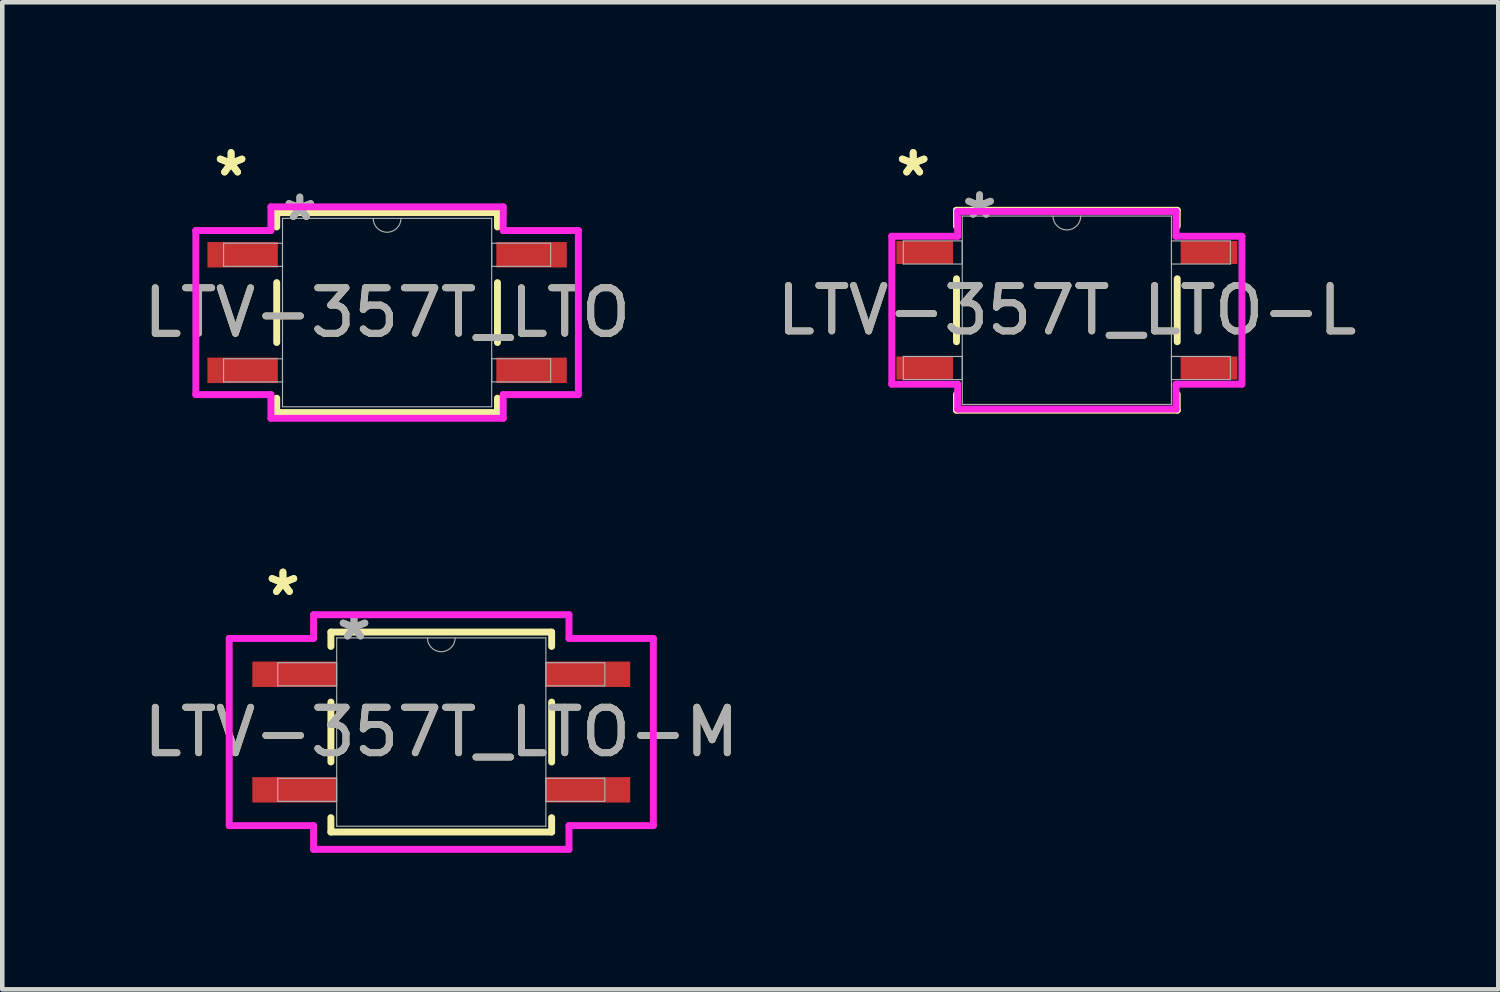
<source format=kicad_pcb>
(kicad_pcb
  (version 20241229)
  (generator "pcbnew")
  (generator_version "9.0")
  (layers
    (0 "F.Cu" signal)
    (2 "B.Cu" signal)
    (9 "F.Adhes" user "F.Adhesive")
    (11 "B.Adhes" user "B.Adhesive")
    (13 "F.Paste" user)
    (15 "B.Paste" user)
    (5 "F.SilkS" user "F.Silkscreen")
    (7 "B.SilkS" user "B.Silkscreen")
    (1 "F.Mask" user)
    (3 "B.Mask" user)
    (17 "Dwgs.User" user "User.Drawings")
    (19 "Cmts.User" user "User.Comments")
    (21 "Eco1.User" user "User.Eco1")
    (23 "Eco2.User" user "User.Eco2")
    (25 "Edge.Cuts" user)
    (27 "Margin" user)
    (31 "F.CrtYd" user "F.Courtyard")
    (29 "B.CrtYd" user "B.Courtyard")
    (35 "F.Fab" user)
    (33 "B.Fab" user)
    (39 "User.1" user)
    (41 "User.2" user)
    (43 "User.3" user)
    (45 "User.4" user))
  (footprint "LTV-357T_LTO-L"
    (layer "F.Cu")
    (at 20.399 3.769)
    (property "Reference" "LTV-357T_LTO-L" (at 0 0 0) (unlocked yes) (layer "F.SilkS") (effects (font (size 1 1) (thickness 0.15))))
    (attr smd)
    (fp_line (start -2.426 -2.197) (end -2.426 -1.848) (stroke (width 0.152) (type solid)) (layer "F.SilkS"))
    (fp_line (start -2.426 -0.692) (end -2.426 0.692) (stroke (width 0.152) (type solid)) (layer "F.SilkS"))
    (fp_line (start -2.426 1.848) (end -2.426 2.197) (stroke (width 0.152) (type solid)) (layer "F.SilkS"))
    (fp_line (start -2.426 2.197) (end 2.426 2.197) (stroke (width 0.152) (type solid)) (layer "F.SilkS"))
    (fp_line (start 2.426 -2.197) (end -2.426 -2.197) (stroke (width 0.152) (type solid)) (layer "F.SilkS"))
    (fp_line (start 2.426 -1.848) (end 2.426 -2.197) (stroke (width 0.152) (type solid)) (layer "F.SilkS"))
    (fp_line (start 2.426 0.692) (end 2.426 -0.692) (stroke (width 0.152) (type solid)) (layer "F.SilkS"))
    (fp_line (start 2.426 2.197) (end 2.426 1.848) (stroke (width 0.152) (type solid)) (layer "F.SilkS"))
    (fp_line (start -3.848 -1.626) (end -2.4 -1.626) (stroke (width 0.152) (type solid)) (layer "F.CrtYd"))
    (fp_line (start -3.848 1.626) (end -3.848 -1.626) (stroke (width 0.152) (type solid)) (layer "F.CrtYd"))
    (fp_line (start -3.848 1.626) (end -2.4 1.626) (stroke (width 0.152) (type solid)) (layer "F.CrtYd"))
    (fp_line (start -2.4 -2.172) (end 2.4 -2.172) (stroke (width 0.152) (type solid)) (layer "F.CrtYd"))
    (fp_line (start -2.4 -1.626) (end -2.4 -2.172) (stroke (width 0.152) (type solid)) (layer "F.CrtYd"))
    (fp_line (start -2.4 2.172) (end -2.4 1.626) (stroke (width 0.152) (type solid)) (layer "F.CrtYd"))
    (fp_line (start 2.4 -2.172) (end 2.4 -1.626) (stroke (width 0.152) (type solid)) (layer "F.CrtYd"))
    (fp_line (start 2.4 1.626) (end 2.4 2.172) (stroke (width 0.152) (type solid)) (layer "F.CrtYd"))
    (fp_line (start 2.4 2.172) (end -2.4 2.172) (stroke (width 0.152) (type solid)) (layer "F.CrtYd"))
    (fp_line (start 3.848 -1.626) (end 2.4 -1.626) (stroke (width 0.152) (type solid)) (layer "F.CrtYd"))
    (fp_line (start 3.848 -1.626) (end 3.848 1.626) (stroke (width 0.152) (type solid)) (layer "F.CrtYd"))
    (fp_line (start 3.848 1.626) (end 2.4 1.626) (stroke (width 0.152) (type solid)) (layer "F.CrtYd"))
    (fp_line (start -3.594 -1.524) (end -3.594 -1.016) (stroke (width 0.025) (type solid)) (layer "F.Fab"))
    (fp_line (start -3.594 -1.016) (end -2.299 -1.016) (stroke (width 0.025) (type solid)) (layer "F.Fab"))
    (fp_line (start -3.594 1.016) (end -3.594 1.524) (stroke (width 0.025) (type solid)) (layer "F.Fab"))
    (fp_line (start -3.594 1.524) (end -2.299 1.524) (stroke (width 0.025) (type solid)) (layer "F.Fab"))
    (fp_line (start -2.299 -2.07) (end -2.299 2.07) (stroke (width 0.025) (type solid)) (layer "F.Fab"))
    (fp_line (start -2.299 -1.524) (end -3.594 -1.524) (stroke (width 0.025) (type solid)) (layer "F.Fab"))
    (fp_line (start -2.299 -1.016) (end -2.299 -1.524) (stroke (width 0.025) (type solid)) (layer "F.Fab"))
    (fp_line (start -2.299 1.016) (end -3.594 1.016) (stroke (width 0.025) (type solid)) (layer "F.Fab"))
    (fp_line (start -2.299 1.524) (end -2.299 1.016) (stroke (width 0.025) (type solid)) (layer "F.Fab"))
    (fp_line (start -2.299 2.07) (end 2.299 2.07) (stroke (width 0.025) (type solid)) (layer "F.Fab"))
    (fp_line (start 2.299 -2.07) (end -2.299 -2.07) (stroke (width 0.025) (type solid)) (layer "F.Fab"))
    (fp_line (start 2.299 -1.524) (end 2.299 -1.016) (stroke (width 0.025) (type solid)) (layer "F.Fab"))
    (fp_line (start 2.299 -1.016) (end 3.594 -1.016) (stroke (width 0.025) (type solid)) (layer "F.Fab"))
    (fp_line (start 2.299 1.016) (end 2.299 1.524) (stroke (width 0.025) (type solid)) (layer "F.Fab"))
    (fp_line (start 2.299 1.524) (end 3.594 1.524) (stroke (width 0.025) (type solid)) (layer "F.Fab"))
    (fp_line (start 2.299 2.07) (end 2.299 -2.07) (stroke (width 0.025) (type solid)) (layer "F.Fab"))
    (fp_line (start 3.594 -1.524) (end 2.299 -1.524) (stroke (width 0.025) (type solid)) (layer "F.Fab"))
    (fp_line (start 3.594 -1.016) (end 3.594 -1.524) (stroke (width 0.025) (type solid)) (layer "F.Fab"))
    (fp_line (start 3.594 1.016) (end 2.299 1.016) (stroke (width 0.025) (type solid)) (layer "F.Fab"))
    (fp_line (start 3.594 1.524) (end 3.594 1.016) (stroke (width 0.025) (type solid)) (layer "F.Fab"))
    (fp_arc (start 0.3048 -2.0701) (mid 0 -1.7653) (end -0.3048 -2.0701) (stroke (width 0.0254) (type solid)) (layer "F.Fab"))
    (fp_text user "*" (at -3.378 -2.921 0) (layer "F.SilkS") (effects (font (size 1 1) (thickness 0.15))))
    (fp_text user "*" (at -3.378 -2.921 0) (unlocked yes) (layer "F.SilkS") (effects (font (size 1 1) (thickness 0.15))))
    (fp_text user "*" (at -1.918 -1.994 0) (layer "F.Fab") (effects (font (size 1 1) (thickness 0.15))))
    (fp_text user "*" (at -1.918 -1.994 0) (unlocked yes) (layer "F.Fab") (effects (font (size 1 1) (thickness 0.15))))
    (fp_text user "${REFERENCE}" (at 0 0 0) (unlocked yes) (layer "F.Fab") (effects (font (size 1 1) (thickness 0.15))))
    (pad "1" smd rect (at -3.124 -1.27) (size 1.245 0.508) (layers "F.Cu" "F.Mask" "F.Paste"))
    (pad "2" smd rect (at -3.124 1.27) (size 1.245 0.508) (layers "F.Cu" "F.Mask" "F.Paste"))
    (pad "3" smd rect (at 3.124 1.27) (size 1.245 0.508) (layers "F.Cu" "F.Mask" "F.Paste"))
    (pad "4" smd rect (at 3.124 -1.27) (size 1.245 0.508) (layers "F.Cu" "F.Mask" "F.Paste")))
  (footprint "LTV-357T_LTO-M"
    (layer "F.Cu")
    (at 6.649 13.04)
    (property "Reference" "LTV-357T_LTO-M" (at 0 0 0) (unlocked yes) (layer "F.SilkS") (effects (font (size 1 1) (thickness 0.15))))
    (attr smd)
    (fp_line (start -2.426 -2.197) (end -2.426 -1.882) (stroke (width 0.152) (type solid)) (layer "F.SilkS"))
    (fp_line (start -2.426 -0.658) (end -2.426 0.658) (stroke (width 0.152) (type solid)) (layer "F.SilkS"))
    (fp_line (start -2.426 1.882) (end -2.426 2.197) (stroke (width 0.152) (type solid)) (layer "F.SilkS"))
    (fp_line (start -2.426 2.197) (end 2.426 2.197) (stroke (width 0.152) (type solid)) (layer "F.SilkS"))
    (fp_line (start 2.426 -2.197) (end -2.426 -2.197) (stroke (width 0.152) (type solid)) (layer "F.SilkS"))
    (fp_line (start 2.426 -1.882) (end 2.426 -2.197) (stroke (width 0.152) (type solid)) (layer "F.SilkS"))
    (fp_line (start 2.426 0.658) (end 2.426 -0.658) (stroke (width 0.152) (type solid)) (layer "F.SilkS"))
    (fp_line (start 2.426 2.197) (end 2.426 1.882) (stroke (width 0.152) (type solid)) (layer "F.SilkS"))
    (fp_line (start -4.661 -2.057) (end -2.807 -2.057) (stroke (width 0.152) (type solid)) (layer "F.CrtYd"))
    (fp_line (start -4.661 2.057) (end -4.661 -2.057) (stroke (width 0.152) (type solid)) (layer "F.CrtYd"))
    (fp_line (start -4.661 2.057) (end -2.807 2.057) (stroke (width 0.152) (type solid)) (layer "F.CrtYd"))
    (fp_line (start -2.807 -2.578) (end 2.807 -2.578) (stroke (width 0.152) (type solid)) (layer "F.CrtYd"))
    (fp_line (start -2.807 -2.057) (end -2.807 -2.578) (stroke (width 0.152) (type solid)) (layer "F.CrtYd"))
    (fp_line (start -2.807 2.578) (end -2.807 2.057) (stroke (width 0.152) (type solid)) (layer "F.CrtYd"))
    (fp_line (start 2.807 -2.578) (end 2.807 -2.057) (stroke (width 0.152) (type solid)) (layer "F.CrtYd"))
    (fp_line (start 2.807 2.057) (end 2.807 2.578) (stroke (width 0.152) (type solid)) (layer "F.CrtYd"))
    (fp_line (start 2.807 2.578) (end -2.807 2.578) (stroke (width 0.152) (type solid)) (layer "F.CrtYd"))
    (fp_line (start 4.661 -2.057) (end 2.807 -2.057) (stroke (width 0.152) (type solid)) (layer "F.CrtYd"))
    (fp_line (start 4.661 -2.057) (end 4.661 2.057) (stroke (width 0.152) (type solid)) (layer "F.CrtYd"))
    (fp_line (start 4.661 2.057) (end 2.807 2.057) (stroke (width 0.152) (type solid)) (layer "F.CrtYd"))
    (fp_line (start -3.594 -1.524) (end -3.594 -1.016) (stroke (width 0.025) (type solid)) (layer "F.Fab"))
    (fp_line (start -3.594 -1.016) (end -2.299 -1.016) (stroke (width 0.025) (type solid)) (layer "F.Fab"))
    (fp_line (start -3.594 1.016) (end -3.594 1.524) (stroke (width 0.025) (type solid)) (layer "F.Fab"))
    (fp_line (start -3.594 1.524) (end -2.299 1.524) (stroke (width 0.025) (type solid)) (layer "F.Fab"))
    (fp_line (start -2.299 -2.07) (end -2.299 2.07) (stroke (width 0.025) (type solid)) (layer "F.Fab"))
    (fp_line (start -2.299 -1.524) (end -3.594 -1.524) (stroke (width 0.025) (type solid)) (layer "F.Fab"))
    (fp_line (start -2.299 -1.016) (end -2.299 -1.524) (stroke (width 0.025) (type solid)) (layer "F.Fab"))
    (fp_line (start -2.299 1.016) (end -3.594 1.016) (stroke (width 0.025) (type solid)) (layer "F.Fab"))
    (fp_line (start -2.299 1.524) (end -2.299 1.016) (stroke (width 0.025) (type solid)) (layer "F.Fab"))
    (fp_line (start -2.299 2.07) (end 2.299 2.07) (stroke (width 0.025) (type solid)) (layer "F.Fab"))
    (fp_line (start 2.299 -2.07) (end -2.299 -2.07) (stroke (width 0.025) (type solid)) (layer "F.Fab"))
    (fp_line (start 2.299 -1.524) (end 2.299 -1.016) (stroke (width 0.025) (type solid)) (layer "F.Fab"))
    (fp_line (start 2.299 -1.016) (end 3.594 -1.016) (stroke (width 0.025) (type solid)) (layer "F.Fab"))
    (fp_line (start 2.299 1.016) (end 2.299 1.524) (stroke (width 0.025) (type solid)) (layer "F.Fab"))
    (fp_line (start 2.299 1.524) (end 3.594 1.524) (stroke (width 0.025) (type solid)) (layer "F.Fab"))
    (fp_line (start 2.299 2.07) (end 2.299 -2.07) (stroke (width 0.025) (type solid)) (layer "F.Fab"))
    (fp_line (start 3.594 -1.524) (end 2.299 -1.524) (stroke (width 0.025) (type solid)) (layer "F.Fab"))
    (fp_line (start 3.594 -1.016) (end 3.594 -1.524) (stroke (width 0.025) (type solid)) (layer "F.Fab"))
    (fp_line (start 3.594 1.016) (end 2.299 1.016) (stroke (width 0.025) (type solid)) (layer "F.Fab"))
    (fp_line (start 3.594 1.524) (end 3.594 1.016) (stroke (width 0.025) (type solid)) (layer "F.Fab"))
    (fp_arc (start 0.3048 -2.0701) (mid 0 -1.7653) (end -0.3048 -2.0701) (stroke (width 0.0254) (type solid)) (layer "F.Fab"))
    (fp_text user "*" (at -3.48 -2.972 0) (layer "F.SilkS") (effects (font (size 1 1) (thickness 0.15))))
    (fp_text user "*" (at -3.48 -2.972 0) (unlocked yes) (layer "F.SilkS") (effects (font (size 1 1) (thickness 0.15))))
    (fp_text user "*" (at -1.918 -1.994 0) (layer "F.Fab") (effects (font (size 1 1) (thickness 0.15))))
    (fp_text user "${REFERENCE}" (at 0 0 0) (unlocked yes) (layer "F.Fab") (effects (font (size 1 1) (thickness 0.15))))
    (fp_text user "*" (at -1.918 -1.994 0) (unlocked yes) (layer "F.Fab") (effects (font (size 1 1) (thickness 0.15))))
    (pad "1" smd rect (at -3.226 -1.27) (size 1.854 0.559) (layers "F.Cu" "F.Mask" "F.Paste"))
    (pad "2" smd rect (at -3.226 1.27) (size 1.854 0.559) (layers "F.Cu" "F.Mask" "F.Paste"))
    (pad "3" smd rect (at 3.226 1.27) (size 1.854 0.559) (layers "F.Cu" "F.Mask" "F.Paste"))
    (pad "4" smd rect (at 3.226 -1.27) (size 1.854 0.559) (layers "F.Cu" "F.Mask" "F.Paste")))
  (footprint "LTV-357T_LTO"
    (layer "F.Cu")
    (at 5.458 3.82)
    (property "Reference" "LTV-357T_LTO" (at 0 0 0) (unlocked yes) (layer "F.SilkS") (effects (font (size 1 1) (thickness 0.15))))
    (attr smd)
    (fp_line (start -2.426 -2.197) (end -2.426 -1.882) (stroke (width 0.152) (type solid)) (layer "F.SilkS"))
    (fp_line (start -2.426 -0.658) (end -2.426 0.658) (stroke (width 0.152) (type solid)) (layer "F.SilkS"))
    (fp_line (start -2.426 1.882) (end -2.426 2.197) (stroke (width 0.152) (type solid)) (layer "F.SilkS"))
    (fp_line (start -2.426 2.197) (end 2.426 2.197) (stroke (width 0.152) (type solid)) (layer "F.SilkS"))
    (fp_line (start 2.426 -2.197) (end -2.426 -2.197) (stroke (width 0.152) (type solid)) (layer "F.SilkS"))
    (fp_line (start 2.426 -1.882) (end 2.426 -2.197) (stroke (width 0.152) (type solid)) (layer "F.SilkS"))
    (fp_line (start 2.426 0.658) (end 2.426 -0.658) (stroke (width 0.152) (type solid)) (layer "F.SilkS"))
    (fp_line (start 2.426 2.197) (end 2.426 1.882) (stroke (width 0.152) (type solid)) (layer "F.SilkS"))
    (fp_line (start -4.204 -1.803) (end -2.553 -1.803) (stroke (width 0.152) (type solid)) (layer "F.CrtYd"))
    (fp_line (start -4.204 1.803) (end -4.204 -1.803) (stroke (width 0.152) (type solid)) (layer "F.CrtYd"))
    (fp_line (start -4.204 1.803) (end -2.553 1.803) (stroke (width 0.152) (type solid)) (layer "F.CrtYd"))
    (fp_line (start -2.553 -2.324) (end 2.553 -2.324) (stroke (width 0.152) (type solid)) (layer "F.CrtYd"))
    (fp_line (start -2.553 -1.803) (end -2.553 -2.324) (stroke (width 0.152) (type solid)) (layer "F.CrtYd"))
    (fp_line (start -2.553 2.324) (end -2.553 1.803) (stroke (width 0.152) (type solid)) (layer "F.CrtYd"))
    (fp_line (start 2.553 -2.324) (end 2.553 -1.803) (stroke (width 0.152) (type solid)) (layer "F.CrtYd"))
    (fp_line (start 2.553 1.803) (end 2.553 2.324) (stroke (width 0.152) (type solid)) (layer "F.CrtYd"))
    (fp_line (start 2.553 2.324) (end -2.553 2.324) (stroke (width 0.152) (type solid)) (layer "F.CrtYd"))
    (fp_line (start 4.204 -1.803) (end 2.553 -1.803) (stroke (width 0.152) (type solid)) (layer "F.CrtYd"))
    (fp_line (start 4.204 -1.803) (end 4.204 1.803) (stroke (width 0.152) (type solid)) (layer "F.CrtYd"))
    (fp_line (start 4.204 1.803) (end 2.553 1.803) (stroke (width 0.152) (type solid)) (layer "F.CrtYd"))
    (fp_line (start -3.594 -1.524) (end -3.594 -1.016) (stroke (width 0.025) (type solid)) (layer "F.Fab"))
    (fp_line (start -3.594 -1.016) (end -2.299 -1.016) (stroke (width 0.025) (type solid)) (layer "F.Fab"))
    (fp_line (start -3.594 1.016) (end -3.594 1.524) (stroke (width 0.025) (type solid)) (layer "F.Fab"))
    (fp_line (start -3.594 1.524) (end -2.299 1.524) (stroke (width 0.025) (type solid)) (layer "F.Fab"))
    (fp_line (start -2.299 -2.07) (end -2.299 2.07) (stroke (width 0.025) (type solid)) (layer "F.Fab"))
    (fp_line (start -2.299 -1.524) (end -3.594 -1.524) (stroke (width 0.025) (type solid)) (layer "F.Fab"))
    (fp_line (start -2.299 -1.016) (end -2.299 -1.524) (stroke (width 0.025) (type solid)) (layer "F.Fab"))
    (fp_line (start -2.299 1.016) (end -3.594 1.016) (stroke (width 0.025) (type solid)) (layer "F.Fab"))
    (fp_line (start -2.299 1.524) (end -2.299 1.016) (stroke (width 0.025) (type solid)) (layer "F.Fab"))
    (fp_line (start -2.299 2.07) (end 2.299 2.07) (stroke (width 0.025) (type solid)) (layer "F.Fab"))
    (fp_line (start 2.299 -2.07) (end -2.299 -2.07) (stroke (width 0.025) (type solid)) (layer "F.Fab"))
    (fp_line (start 2.299 -1.524) (end 2.299 -1.016) (stroke (width 0.025) (type solid)) (layer "F.Fab"))
    (fp_line (start 2.299 -1.016) (end 3.594 -1.016) (stroke (width 0.025) (type solid)) (layer "F.Fab"))
    (fp_line (start 2.299 1.016) (end 2.299 1.524) (stroke (width 0.025) (type solid)) (layer "F.Fab"))
    (fp_line (start 2.299 1.524) (end 3.594 1.524) (stroke (width 0.025) (type solid)) (layer "F.Fab"))
    (fp_line (start 2.299 2.07) (end 2.299 -2.07) (stroke (width 0.025) (type solid)) (layer "F.Fab"))
    (fp_line (start 3.594 -1.524) (end 2.299 -1.524) (stroke (width 0.025) (type solid)) (layer "F.Fab"))
    (fp_line (start 3.594 -1.016) (end 3.594 -1.524) (stroke (width 0.025) (type solid)) (layer "F.Fab"))
    (fp_line (start 3.594 1.016) (end 2.299 1.016) (stroke (width 0.025) (type solid)) (layer "F.Fab"))
    (fp_line (start 3.594 1.524) (end 3.594 1.016) (stroke (width 0.025) (type solid)) (layer "F.Fab"))
    (fp_arc (start 0.3048 -2.0701) (mid 0 -1.7653) (end -0.3048 -2.0701) (stroke (width 0.0254) (type solid)) (layer "F.Fab"))
    (fp_text user "*" (at -3.429 -2.972 0) (unlocked yes) (layer "F.SilkS") (effects (font (size 1 1) (thickness 0.15))))
    (fp_text user "*" (at -3.429 -2.972 0) (layer "F.SilkS") (effects (font (size 1 1) (thickness 0.15))))
    (fp_text user "*" (at -1.918 -1.994 0) (unlocked yes) (layer "F.Fab") (effects (font (size 1 1) (thickness 0.15))))
    (fp_text user "${REFERENCE}" (at 0 0 0) (unlocked yes) (layer "F.Fab") (effects (font (size 1 1) (thickness 0.15))))
    (fp_text user "*" (at -1.918 -1.994 0) (layer "F.Fab") (effects (font (size 1 1) (thickness 0.15))))
    (pad "1" smd rect (at -3.175 -1.27) (size 1.549 0.559) (layers "F.Cu" "F.Mask" "F.Paste"))
    (pad "2" smd rect (at -3.175 1.27) (size 1.549 0.559) (layers "F.Cu" "F.Mask" "F.Paste"))
    (pad "3" smd rect (at 3.175 1.27) (size 1.549 0.559) (layers "F.Cu" "F.Mask" "F.Paste"))
    (pad "4" smd rect (at 3.175 -1.27) (size 1.549 0.559) (layers "F.Cu" "F.Mask" "F.Paste")))
  (gr_rect
    (start -3 -3)
    (end 29.881 18.695)
    (stroke (width 0.1) (type default))
    (fill no)
    (layer "Edge.Cuts")))
</source>
